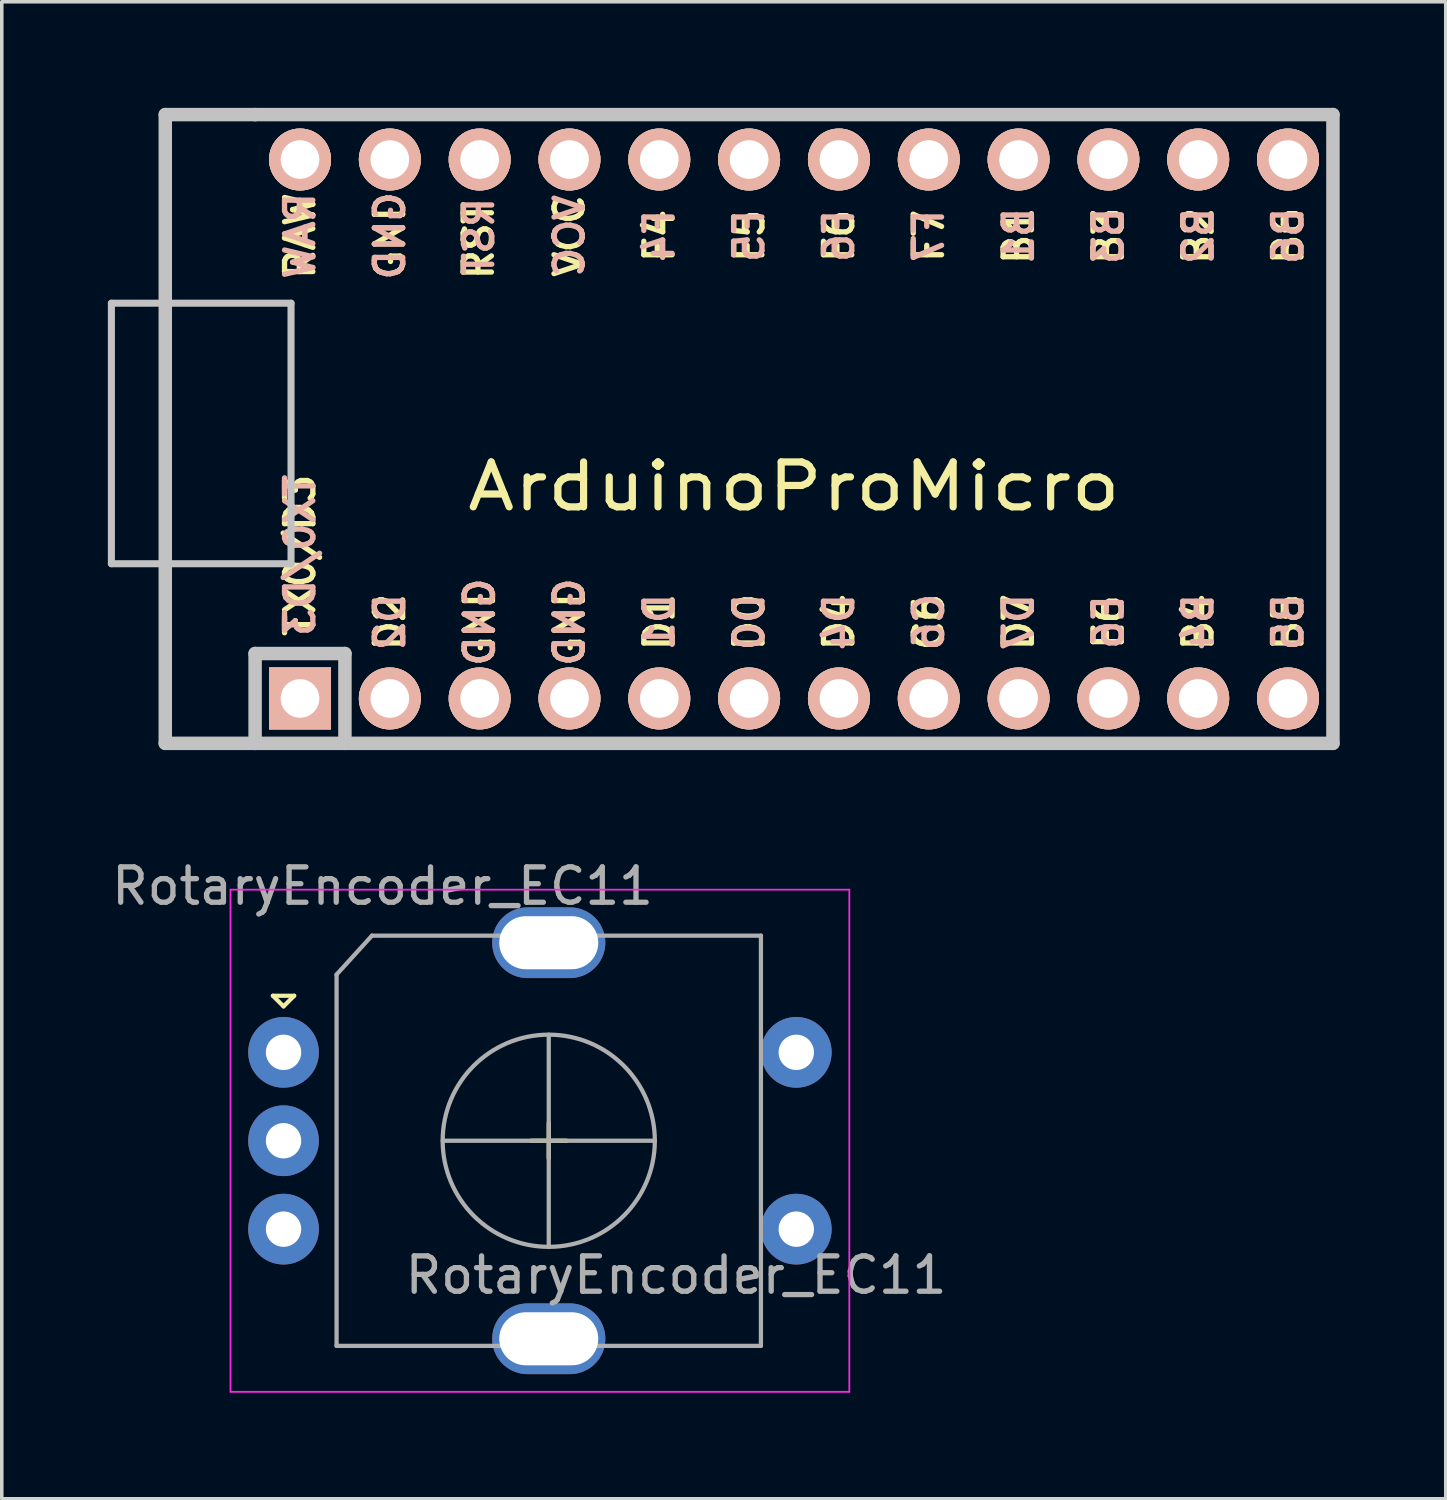
<source format=kicad_pcb>
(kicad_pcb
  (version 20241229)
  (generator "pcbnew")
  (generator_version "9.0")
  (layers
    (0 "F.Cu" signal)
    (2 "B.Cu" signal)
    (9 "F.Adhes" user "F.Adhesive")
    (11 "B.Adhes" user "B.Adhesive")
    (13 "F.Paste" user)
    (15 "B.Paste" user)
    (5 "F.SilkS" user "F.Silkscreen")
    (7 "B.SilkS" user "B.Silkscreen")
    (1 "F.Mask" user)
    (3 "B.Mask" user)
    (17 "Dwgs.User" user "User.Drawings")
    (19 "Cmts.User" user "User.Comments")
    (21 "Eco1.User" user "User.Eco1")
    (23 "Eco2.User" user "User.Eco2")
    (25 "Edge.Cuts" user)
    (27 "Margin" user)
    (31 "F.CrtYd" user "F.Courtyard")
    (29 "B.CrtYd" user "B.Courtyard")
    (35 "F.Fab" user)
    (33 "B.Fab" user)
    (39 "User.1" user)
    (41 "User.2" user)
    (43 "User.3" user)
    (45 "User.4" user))
  (footprint "RotaryEncoder_EC11"
    (layer "F.Cu")
    (at 12.468 29.209)
    (property "Reference" "RotaryEncoder_EC11" (at -4.7 -7.2 0) (layer "F.Fab") (effects (font (size 1 1) (thickness 0.15))))
    (attr through_hole)
    (fp_line (start -7.8 -4.1) (end -7.2 -4.1) (stroke (width 0.12) (type solid)) (layer "F.SilkS"))
    (fp_line (start -7.5 -3.8) (end -7.8 -4.1) (stroke (width 0.12) (type solid)) (layer "F.SilkS"))
    (fp_line (start -7.2 -4.1) (end -7.5 -3.8) (stroke (width 0.12) (type solid)) (layer "F.SilkS"))
    (fp_line (start -0.5 0) (end 0.5 0) (stroke (width 0.12) (type solid)) (layer "F.SilkS"))
    (fp_line (start 0 -0.5) (end 0 0.5) (stroke (width 0.12) (type solid)) (layer "F.SilkS"))
    (fp_line (start -9 -7.1) (end -9 7.1) (stroke (width 0.05) (type solid)) (layer "F.CrtYd"))
    (fp_line (start -9 -7.1) (end 8.5 -7.1) (stroke (width 0.05) (type solid)) (layer "F.CrtYd"))
    (fp_line (start 8.5 7.1) (end -9 7.1) (stroke (width 0.05) (type solid)) (layer "F.CrtYd"))
    (fp_line (start 8.5 7.1) (end 8.5 -7.1) (stroke (width 0.05) (type solid)) (layer "F.CrtYd"))
    (fp_line (start -6 -4.7) (end -5 -5.8) (stroke (width 0.12) (type solid)) (layer "F.Fab"))
    (fp_line (start -6 5.8) (end -6 -4.7) (stroke (width 0.12) (type solid)) (layer "F.Fab"))
    (fp_line (start -5 -5.8) (end 6 -5.8) (stroke (width 0.12) (type solid)) (layer "F.Fab"))
    (fp_line (start -3 0) (end 3 0) (stroke (width 0.12) (type solid)) (layer "F.Fab"))
    (fp_line (start 0 -3) (end 0 3) (stroke (width 0.12) (type solid)) (layer "F.Fab"))
    (fp_line (start 6 -5.8) (end 6 5.8) (stroke (width 0.12) (type solid)) (layer "F.Fab"))
    (fp_line (start 6 5.8) (end -6 5.8) (stroke (width 0.12) (type solid)) (layer "F.Fab"))
    (fp_circle (center 0 0) (end 3 0) (stroke (width 0.12) (type solid)) (fill no) (layer "F.Fab"))
    (fp_text user "${REFERENCE}" (at 3.6 3.8 0) (layer "F.Fab") (effects (font (size 1 1) (thickness 0.15))))
    (pad "" np_thru_hole oval (at 0 -5.6) (size 3.2 2) (drill oval 2.8 1.5) (layers "*.Cu" "*.Mask"))
    (pad "" np_thru_hole oval (at 0 5.6) (size 3.2 2) (drill oval 2.8 1.5) (layers "*.Cu" "*.Mask"))
    (pad "A" thru_hole circle (at -7.5 -2.5) (size 2 2) (drill 1) (layers "*.Cu" "*.Mask"))
    (pad "B" thru_hole circle (at -7.5 2.5) (size 2 2) (drill 1) (layers "*.Cu" "*.Mask"))
    (pad "C" thru_hole circle (at -7.5 0) (size 2 2) (drill 1) (layers "*.Cu" "*.Mask"))
    (pad "S1" thru_hole circle (at 7 2.5) (size 2 2) (drill 1) (layers "*.Cu" "*.Mask"))
    (pad "S2" thru_hole circle (at 7 -2.5) (size 2 2) (drill 1) (layers "*.Cu" "*.Mask")))
  (footprint "ArduinoProMicro"
    (layer "F.Cu")
    (at 19.404 9.081)
    (property "Reference" "ArduinoProMicro" (at 0 1.625 0) (layer "F.SilkS") (effects (font (size 1.27 1.524) (thickness 0.203))))
    (attr through_hole)
    (fp_line (start -19.304 -3.556) (end -14.224 -3.556) (stroke (width 0.2) (type solid)) (layer "Dwgs.User"))
    (fp_line (start -19.304 3.81) (end -19.304 -3.556) (stroke (width 0.2) (type solid)) (layer "Dwgs.User"))
    (fp_line (start -17.78 -8.89) (end -17.78 8.89) (stroke (width 0.381) (type solid)) (layer "Dwgs.User"))
    (fp_line (start -17.78 8.89) (end -15.24 8.89) (stroke (width 0.381) (type solid)) (layer "Dwgs.User"))
    (fp_line (start -15.24 -8.89) (end -17.78 -8.89) (stroke (width 0.381) (type solid)) (layer "Dwgs.User"))
    (fp_line (start -15.24 6.35) (end -15.24 8.89) (stroke (width 0.381) (type solid)) (layer "Dwgs.User"))
    (fp_line (start -15.24 6.35) (end -12.7 6.35) (stroke (width 0.381) (type solid)) (layer "Dwgs.User"))
    (fp_line (start -15.24 8.89) (end 15.24 8.89) (stroke (width 0.381) (type solid)) (layer "Dwgs.User"))
    (fp_line (start -14.224 -3.556) (end -14.224 3.81) (stroke (width 0.2) (type solid)) (layer "Dwgs.User"))
    (fp_line (start -14.224 3.81) (end -19.304 3.81) (stroke (width 0.2) (type solid)) (layer "Dwgs.User"))
    (fp_line (start -12.7 6.35) (end -12.7 8.89) (stroke (width 0.381) (type solid)) (layer "Dwgs.User"))
    (fp_line (start 15.24 -8.89) (end -15.24 -8.89) (stroke (width 0.381) (type solid)) (layer "Dwgs.User"))
    (fp_line (start 15.24 8.89) (end 15.24 -8.89) (stroke (width 0.381) (type solid)) (layer "Dwgs.User"))
    (fp_text user "C6" (at 3.81 5.461 90) (layer "F.SilkS") (effects (font (size 0.8 0.8) (thickness 0.15))))
    (fp_text user "VCC" (at -6.35 -5.461 90) (layer "F.SilkS") (effects (font (size 0.8 0.8) (thickness 0.15))))
    (fp_text user "B3" (at 8.89 -5.461 90) (layer "F.SilkS") (effects (font (size 0.8 0.8) (thickness 0.15))))
    (fp_text user "B1" (at 6.35 -5.461 90) (layer "F.SilkS") (effects (font (size 0.8 0.8) (thickness 0.15))))
    (fp_text user "B5" (at 13.97 5.461 90) (layer "F.SilkS") (effects (font (size 0.8 0.8) (thickness 0.15))))
    (fp_text user "D4" (at 1.27 5.461 90) (layer "F.SilkS") (effects (font (size 0.8 0.8) (thickness 0.15))))
    (fp_text user "F5" (at -1.27 -5.461 90) (layer "F.SilkS") (effects (font (size 0.8 0.8) (thickness 0.15))))
    (fp_text user "GND" (at -11.43 -5.461 90) (layer "F.SilkS") (effects (font (size 0.8 0.8) (thickness 0.15))))
    (fp_text user "D1" (at -3.81 5.461 90) (layer "F.SilkS") (effects (font (size 0.8 0.8) (thickness 0.15))))
    (fp_text user "D7" (at 6.35 5.461 90) (layer "F.SilkS") (effects (font (size 0.8 0.8) (thickness 0.15))))
    (fp_text user "GND" (at -8.89 5.461 90) (layer "F.SilkS") (effects (font (size 0.8 0.8) (thickness 0.15))))
    (fp_text user "B2" (at 11.43 -5.461 90) (layer "F.SilkS") (effects (font (size 0.8 0.8) (thickness 0.15))))
    (fp_text user "B4" (at 11.43 5.461 90) (layer "F.SilkS") (effects (font (size 0.8 0.8) (thickness 0.15))))
    (fp_text user "RST" (at -8.92 -5.333 90) (layer "F.SilkS") (effects (font (size 0.8 0.8) (thickness 0.15))))
    (fp_text user "B6" (at 13.97 -5.461 90) (layer "F.SilkS") (effects (font (size 0.8 0.8) (thickness 0.15))))
    (fp_text user "D0" (at -1.27 5.461 90) (layer "F.SilkS") (effects (font (size 0.8 0.8) (thickness 0.15))))
    (fp_text user "F4" (at -3.81 -5.461 90) (layer "F.SilkS") (effects (font (size 0.8 0.8) (thickness 0.15))))
    (fp_text user "E6" (at 8.89 5.461 90) (layer "F.SilkS") (effects (font (size 0.8 0.8) (thickness 0.15))))
    (fp_text user "F7" (at 3.81 -5.461 90) (layer "F.SilkS") (effects (font (size 0.8 0.8) (thickness 0.15))))
    (fp_text user "RAW" (at -13.97 -5.461 90) (layer "F.SilkS") (effects (font (size 0.8 0.8) (thickness 0.15))))
    (fp_text user "GND" (at -6.35 5.461 90) (layer "F.SilkS") (effects (font (size 0.8 0.8) (thickness 0.15))))
    (fp_text user "D2" (at -11.43 5.461 90) (layer "F.SilkS") (effects (font (size 0.8 0.8) (thickness 0.15))))
    (fp_text user "TX0/D3" (at -13.97 3.572 90) (layer "F.SilkS") (effects (font (size 0.8 0.8) (thickness 0.15))))
    (fp_text user "F6" (at 1.27 -5.461 90) (layer "F.SilkS") (effects (font (size 0.8 0.8) (thickness 0.15))))
    (fp_text user "GND" (at -6.35 5.461 90) (layer "B.SilkS") (effects (font (size 0.8 0.8) (thickness 0.15)) (justify mirror)))
    (fp_text user "B2" (at 11.43 -5.461 90) (layer "B.SilkS") (effects (font (size 0.8 0.8) (thickness 0.15)) (justify mirror)))
    (fp_text user "C6" (at 3.81 5.461 90) (layer "B.SilkS") (effects (font (size 0.8 0.8) (thickness 0.15)) (justify mirror)))
    (fp_text user "B1" (at 6.35 -5.461 90) (layer "B.SilkS") (effects (font (size 0.8 0.8) (thickness 0.15)) (justify mirror)))
    (fp_text user "VCC" (at -6.35 -5.461 90) (layer "B.SilkS") (effects (font (size 0.8 0.8) (thickness 0.15)) (justify mirror)))
    (fp_text user "F5" (at -1.27 -5.461 90) (layer "B.SilkS") (effects (font (size 0.8 0.8) (thickness 0.15)) (justify mirror)))
    (fp_text user "B5" (at 13.97 5.461 90) (layer "B.SilkS") (effects (font (size 0.8 0.8) (thickness 0.15)) (justify mirror)))
    (fp_text user "E6" (at 8.89 5.461 90) (layer "B.SilkS") (effects (font (size 0.8 0.8) (thickness 0.15)) (justify mirror)))
    (fp_text user "B3" (at 8.89 -5.461 90) (layer "B.SilkS") (effects (font (size 0.8 0.8) (thickness 0.15)) (justify mirror)))
    (fp_text user "B6" (at 13.97 -5.461 90) (layer "B.SilkS") (effects (font (size 0.8 0.8) (thickness 0.15)) (justify mirror)))
    (fp_text user "D7" (at 6.35 5.461 90) (layer "B.SilkS") (effects (font (size 0.8 0.8) (thickness 0.15)) (justify mirror)))
    (fp_text user "D4" (at 1.27 5.461 90) (layer "B.SilkS") (effects (font (size 0.8 0.8) (thickness 0.15)) (justify mirror)))
    (fp_text user "F6" (at 1.27 -5.461 90) (layer "B.SilkS") (effects (font (size 0.8 0.8) (thickness 0.15)) (justify mirror)))
    (fp_text user "F4" (at -3.81 -5.461 90) (layer "B.SilkS") (effects (font (size 0.8 0.8) (thickness 0.15)) (justify mirror)))
    (fp_text user "F7" (at 3.81 -5.461 90) (layer "B.SilkS") (effects (font (size 0.8 0.8) (thickness 0.15)) (justify mirror)))
    (fp_text user "D2" (at -11.43 5.461 90) (layer "B.SilkS") (effects (font (size 0.8 0.8) (thickness 0.15)) (justify mirror)))
    (fp_text user "D0" (at -1.27 5.461 90) (layer "B.SilkS") (effects (font (size 0.8 0.8) (thickness 0.15)) (justify mirror)))
    (fp_text user "RST" (at -8.91 -5.44 90) (layer "B.SilkS") (effects (font (size 0.8 0.8) (thickness 0.15)) (justify mirror)))
    (fp_text user "RAW" (at -13.97 -5.461 90) (layer "B.SilkS") (effects (font (size 0.8 0.8) (thickness 0.15)) (justify mirror)))
    (fp_text user "B4" (at 11.43 5.461 90) (layer "B.SilkS") (effects (font (size 0.8 0.8) (thickness 0.15)) (justify mirror)))
    (fp_text user "GND" (at -11.43 -5.461 90) (layer "B.SilkS") (effects (font (size 0.8 0.8) (thickness 0.15)) (justify mirror)))
    (fp_text user "TX0/D3" (at -13.97 3.572 90) (layer "B.SilkS") (effects (font (size 0.8 0.8) (thickness 0.15)) (justify mirror)))
    (fp_text user "D1" (at -3.81 5.461 90) (layer "B.SilkS") (effects (font (size 0.8 0.8) (thickness 0.15)) (justify mirror)))
    (fp_text user "GND" (at -8.89 5.461 90) (layer "B.SilkS") (effects (font (size 0.8 0.8) (thickness 0.15)) (justify mirror)))
    (pad "1" thru_hole rect (at -13.97 7.62) (size 1.753 1.753) (drill 1.092) (layers "*.Cu" "*.SilkS" "*.Mask"))
    (pad "2" thru_hole circle (at -11.43 7.62) (size 1.753 1.753) (drill 1.092) (layers "*.Cu" "*.SilkS" "*.Mask"))
    (pad "3" thru_hole circle (at -8.89 7.62) (size 1.753 1.753) (drill 1.092) (layers "*.Cu" "*.SilkS" "*.Mask"))
    (pad "4" thru_hole circle (at -6.35 7.62) (size 1.753 1.753) (drill 1.092) (layers "*.Cu" "*.SilkS" "*.Mask"))
    (pad "5" thru_hole circle (at -3.81 7.62) (size 1.753 1.753) (drill 1.092) (layers "*.Cu" "*.SilkS" "*.Mask"))
    (pad "6" thru_hole circle (at -1.27 7.62) (size 1.753 1.753) (drill 1.092) (layers "*.Cu" "*.SilkS" "*.Mask"))
    (pad "7" thru_hole circle (at 1.27 7.62) (size 1.753 1.753) (drill 1.092) (layers "*.Cu" "*.SilkS" "*.Mask"))
    (pad "8" thru_hole circle (at 3.81 7.62) (size 1.753 1.753) (drill 1.092) (layers "*.Cu" "*.SilkS" "*.Mask"))
    (pad "9" thru_hole circle (at 6.35 7.62) (size 1.753 1.753) (drill 1.092) (layers "*.Cu" "*.SilkS" "*.Mask"))
    (pad "10" thru_hole circle (at 8.89 7.62) (size 1.753 1.753) (drill 1.092) (layers "*.Cu" "*.SilkS" "*.Mask"))
    (pad "11" thru_hole circle (at 11.43 7.62) (size 1.753 1.753) (drill 1.092) (layers "*.Cu" "*.SilkS" "*.Mask"))
    (pad "12" thru_hole circle (at 13.97 7.62) (size 1.753 1.753) (drill 1.092) (layers "*.Cu" "*.SilkS" "*.Mask"))
    (pad "13" thru_hole circle (at 13.97 -7.62) (size 1.753 1.753) (drill 1.092) (layers "*.Cu" "*.SilkS" "*.Mask"))
    (pad "14" thru_hole circle (at 11.43 -7.62) (size 1.753 1.753) (drill 1.092) (layers "*.Cu" "*.SilkS" "*.Mask"))
    (pad "15" thru_hole circle (at 8.89 -7.62) (size 1.753 1.753) (drill 1.092) (layers "*.Cu" "*.SilkS" "*.Mask"))
    (pad "16" thru_hole circle (at 6.35 -7.62) (size 1.753 1.753) (drill 1.092) (layers "*.Cu" "*.SilkS" "*.Mask"))
    (pad "17" thru_hole circle (at 3.81 -7.62) (size 1.753 1.753) (drill 1.092) (layers "*.Cu" "*.SilkS" "*.Mask"))
    (pad "18" thru_hole circle (at 1.27 -7.62) (size 1.753 1.753) (drill 1.092) (layers "*.Cu" "*.SilkS" "*.Mask"))
    (pad "19" thru_hole circle (at -1.27 -7.62) (size 1.753 1.753) (drill 1.092) (layers "*.Cu" "*.SilkS" "*.Mask"))
    (pad "20" thru_hole circle (at -3.81 -7.62) (size 1.753 1.753) (drill 1.092) (layers "*.Cu" "*.SilkS" "*.Mask"))
    (pad "21" thru_hole circle (at -6.35 -7.62) (size 1.753 1.753) (drill 1.092) (layers "*.Cu" "*.SilkS" "*.Mask"))
    (pad "22" thru_hole circle (at -8.89 -7.62) (size 1.753 1.753) (drill 1.092) (layers "*.Cu" "*.SilkS" "*.Mask"))
    (pad "23" thru_hole circle (at -11.43 -7.62) (size 1.753 1.753) (drill 1.092) (layers "*.Cu" "*.SilkS" "*.Mask"))
    (pad "24" thru_hole circle (at -13.97 -7.62) (size 1.753 1.753) (drill 1.092) (layers "*.Cu" "*.SilkS" "*.Mask")))
  (gr_rect
    (start -3 -3)
    (end 37.834 39.334)
    (stroke (width 0.1) (type default))
    (fill no)
    (layer "Edge.Cuts")))
</source>
